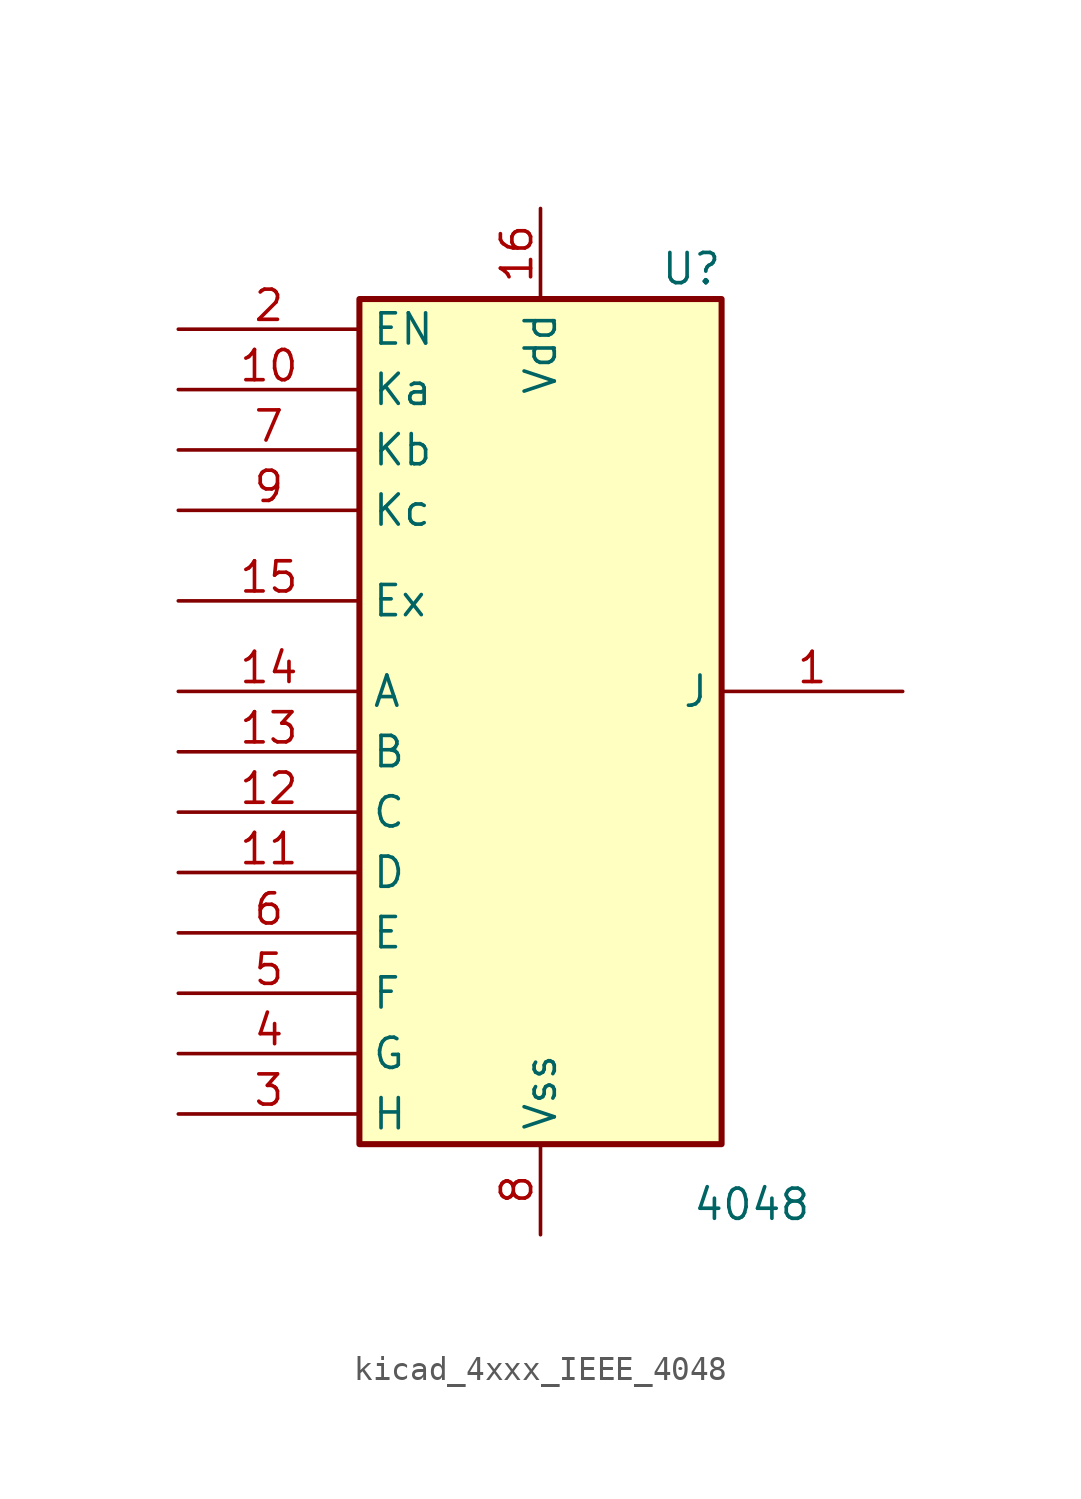
<source format=kicad_sym>
(kicad_symbol_lib
  (version 20220914)
  (generator kicad_symbol_editor)
  (symbol "kicad_4xxx_IEEE_4048"
    (property "Reference" "U"
      (at 6.35 17.78 0)
      (effects (font (size 1.27 1.27))))
    (property "Value" "4048"
      (at 8.89 -21.59 0)
      (effects (font (size 1.27 1.27))))
    (symbol "kicad_4xxx_IEEE_4048_0_1"
      (rectangle (start -7.62 16.51) (end 7.62 -19.05) (stroke (width 0.254) (type default)) (fill (type background))))
    (symbol "kicad_4xxx_IEEE_4048_1_1"
      (pin output line (at 15.24 0 180) (length 7.62) (name "J" (effects (font (size 1.27 1.27)))) (number "1" (effects (font (size 1.27 1.27)))))
      (pin input line (at -15.24 12.7 0) (length 7.62) (name "Ka" (effects (font (size 1.27 1.27)))) (number "10" (effects (font (size 1.27 1.27)))))
      (pin input line (at -15.24 -7.62 0) (length 7.62) (name "D" (effects (font (size 1.27 1.27)))) (number "11" (effects (font (size 1.27 1.27)))))
      (pin input line (at -15.24 -5.08 0) (length 7.62) (name "C" (effects (font (size 1.27 1.27)))) (number "12" (effects (font (size 1.27 1.27)))))
      (pin input line (at -15.24 -2.54 0) (length 7.62) (name "B" (effects (font (size 1.27 1.27)))) (number "13" (effects (font (size 1.27 1.27)))))
      (pin input line (at -15.24 0 0) (length 7.62) (name "A" (effects (font (size 1.27 1.27)))) (number "14" (effects (font (size 1.27 1.27)))))
      (pin input line (at -15.24 3.81 0) (length 7.62) (name "Ex" (effects (font (size 1.27 1.27)))) (number "15" (effects (font (size 1.27 1.27)))))
      (pin power_in line (at 0 20.32 270) (length 3.81) (name "Vdd" (effects (font (size 1.27 1.27)))) (number "16" (effects (font (size 1.27 1.27)))))
      (pin input line (at -15.24 15.24 0) (length 7.62) (name "EN" (effects (font (size 1.27 1.27)))) (number "2" (effects (font (size 1.27 1.27)))))
      (pin input line (at -15.24 -17.78 0) (length 7.62) (name "H" (effects (font (size 1.27 1.27)))) (number "3" (effects (font (size 1.27 1.27)))))
      (pin input line (at -15.24 -15.24 0) (length 7.62) (name "G" (effects (font (size 1.27 1.27)))) (number "4" (effects (font (size 1.27 1.27)))))
      (pin input line (at -15.24 -12.7 0) (length 7.62) (name "F" (effects (font (size 1.27 1.27)))) (number "5" (effects (font (size 1.27 1.27)))))
      (pin input line (at -15.24 -10.16 0) (length 7.62) (name "E" (effects (font (size 1.27 1.27)))) (number "6" (effects (font (size 1.27 1.27)))))
      (pin input line (at -15.24 10.16 0) (length 7.62) (name "Kb" (effects (font (size 1.27 1.27)))) (number "7" (effects (font (size 1.27 1.27)))))
      (pin power_in line (at 0 -22.86 90) (length 3.81) (name "Vss" (effects (font (size 1.27 1.27)))) (number "8" (effects (font (size 1.27 1.27)))))
      (pin input line (at -15.24 7.62 0) (length 7.62) (name "Kc" (effects (font (size 1.27 1.27)))) (number "9" (effects (font (size 1.27 1.27))))))))
</source>
